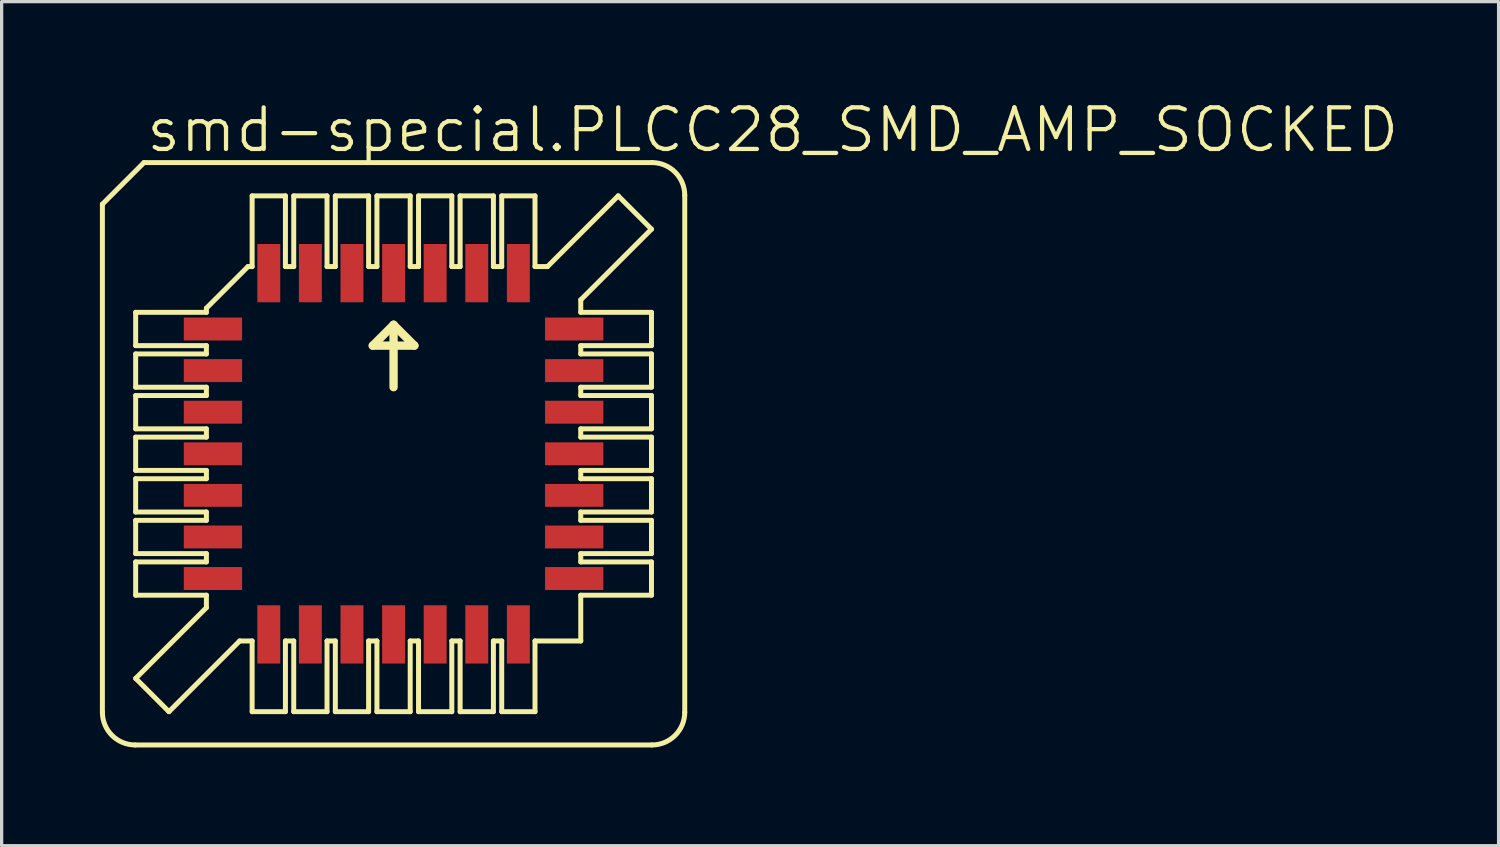
<source format=kicad_pcb>
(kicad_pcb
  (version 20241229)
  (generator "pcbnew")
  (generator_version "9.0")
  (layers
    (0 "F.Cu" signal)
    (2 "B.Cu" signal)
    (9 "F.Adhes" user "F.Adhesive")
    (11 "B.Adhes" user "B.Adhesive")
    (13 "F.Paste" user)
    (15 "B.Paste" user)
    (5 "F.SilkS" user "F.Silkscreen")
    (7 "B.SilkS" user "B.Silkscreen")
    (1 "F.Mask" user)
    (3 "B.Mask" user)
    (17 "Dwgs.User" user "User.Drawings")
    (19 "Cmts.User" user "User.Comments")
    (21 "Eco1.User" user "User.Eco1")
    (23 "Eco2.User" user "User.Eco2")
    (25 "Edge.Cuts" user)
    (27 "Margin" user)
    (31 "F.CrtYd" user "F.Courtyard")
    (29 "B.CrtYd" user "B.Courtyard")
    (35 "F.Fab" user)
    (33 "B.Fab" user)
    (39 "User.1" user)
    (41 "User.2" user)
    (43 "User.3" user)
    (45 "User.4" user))
  (footprint "smd-special.PLCC28_SMD_AMP_SOCKED"
    (layer "F.Cu")
    (at 8.966 10.804)
    (property "Reference" "smd-special.PLCC28_SMD_AMP_SOCKED" (at -7.62 -9.144 0) (layer "F.SilkS") (effects (font (size 1.27 1.27) (thickness 0.13)) (justify left bottom)))
    (attr smd)
    (fp_line (start -8.89 7.89) (end -8.89 -7.62) (stroke (width 0.152) (type default)) (layer "F.SilkS"))
    (fp_line (start -7.89 8.89) (end 7.89 8.89) (stroke (width 0.152) (type default)) (layer "F.SilkS"))
    (fp_line (start -7.874 -3.302) (end -7.874 -4.318) (stroke (width 0.152) (type default)) (layer "F.SilkS"))
    (fp_line (start -7.874 -3.302) (end -5.715 -3.302) (stroke (width 0.152) (type default)) (layer "F.SilkS"))
    (fp_line (start -7.874 -2.032) (end -7.874 -3.048) (stroke (width 0.152) (type default)) (layer "F.SilkS"))
    (fp_line (start -7.874 -2.032) (end -5.715 -2.032) (stroke (width 0.152) (type default)) (layer "F.SilkS"))
    (fp_line (start -7.874 -0.762) (end -7.874 -1.778) (stroke (width 0.152) (type default)) (layer "F.SilkS"))
    (fp_line (start -7.874 -0.762) (end -5.715 -0.762) (stroke (width 0.152) (type default)) (layer "F.SilkS"))
    (fp_line (start -7.874 0.508) (end -7.874 -0.508) (stroke (width 0.152) (type default)) (layer "F.SilkS"))
    (fp_line (start -7.874 0.508) (end -5.715 0.508) (stroke (width 0.152) (type default)) (layer "F.SilkS"))
    (fp_line (start -7.874 1.778) (end -7.874 0.762) (stroke (width 0.152) (type default)) (layer "F.SilkS"))
    (fp_line (start -7.874 1.778) (end -5.715 1.778) (stroke (width 0.152) (type default)) (layer "F.SilkS"))
    (fp_line (start -7.874 3.048) (end -7.874 2.032) (stroke (width 0.152) (type default)) (layer "F.SilkS"))
    (fp_line (start -7.874 3.048) (end -5.715 3.048) (stroke (width 0.152) (type default)) (layer "F.SilkS"))
    (fp_line (start -7.874 4.318) (end -7.874 3.302) (stroke (width 0.152) (type default)) (layer "F.SilkS"))
    (fp_line (start -7.874 4.318) (end -5.715 4.318) (stroke (width 0.152) (type default)) (layer "F.SilkS"))
    (fp_line (start -7.874 6.858) (end -5.715 4.699) (stroke (width 0.152) (type default)) (layer "F.SilkS"))
    (fp_line (start -7.62 -8.89) (end -8.89 -7.62) (stroke (width 0.152) (type default)) (layer "F.SilkS"))
    (fp_line (start -6.858 7.874) (end -7.874 6.858) (stroke (width 0.152) (type default)) (layer "F.SilkS"))
    (fp_line (start -6.858 7.874) (end -4.699 5.715) (stroke (width 0.152) (type default)) (layer "F.SilkS"))
    (fp_line (start -5.715 -4.445) (end -4.445 -5.715) (stroke (width 0.152) (type default)) (layer "F.SilkS"))
    (fp_line (start -5.715 -4.318) (end -7.874 -4.318) (stroke (width 0.152) (type default)) (layer "F.SilkS"))
    (fp_line (start -5.715 -4.318) (end -5.715 -4.445) (stroke (width 0.152) (type default)) (layer "F.SilkS"))
    (fp_line (start -5.715 -3.048) (end -7.874 -3.048) (stroke (width 0.152) (type default)) (layer "F.SilkS"))
    (fp_line (start -5.715 -3.048) (end -5.715 -3.302) (stroke (width 0.152) (type default)) (layer "F.SilkS"))
    (fp_line (start -5.715 -1.778) (end -7.874 -1.778) (stroke (width 0.152) (type default)) (layer "F.SilkS"))
    (fp_line (start -5.715 -1.778) (end -5.715 -2.032) (stroke (width 0.152) (type default)) (layer "F.SilkS"))
    (fp_line (start -5.715 -0.508) (end -7.874 -0.508) (stroke (width 0.152) (type default)) (layer "F.SilkS"))
    (fp_line (start -5.715 -0.508) (end -5.715 -0.762) (stroke (width 0.152) (type default)) (layer "F.SilkS"))
    (fp_line (start -5.715 0.762) (end -7.874 0.762) (stroke (width 0.152) (type default)) (layer "F.SilkS"))
    (fp_line (start -5.715 0.762) (end -5.715 0.508) (stroke (width 0.152) (type default)) (layer "F.SilkS"))
    (fp_line (start -5.715 2.032) (end -7.874 2.032) (stroke (width 0.152) (type default)) (layer "F.SilkS"))
    (fp_line (start -5.715 2.032) (end -5.715 1.778) (stroke (width 0.152) (type default)) (layer "F.SilkS"))
    (fp_line (start -5.715 3.302) (end -7.874 3.302) (stroke (width 0.152) (type default)) (layer "F.SilkS"))
    (fp_line (start -5.715 3.302) (end -5.715 3.048) (stroke (width 0.152) (type default)) (layer "F.SilkS"))
    (fp_line (start -5.715 4.699) (end -5.715 4.318) (stroke (width 0.152) (type default)) (layer "F.SilkS"))
    (fp_line (start -4.699 5.715) (end -4.318 5.715) (stroke (width 0.152) (type default)) (layer "F.SilkS"))
    (fp_line (start -4.318 -5.715) (end -4.445 -5.715) (stroke (width 0.152) (type default)) (layer "F.SilkS"))
    (fp_line (start -4.318 -5.715) (end -4.318 -7.874) (stroke (width 0.152) (type default)) (layer "F.SilkS"))
    (fp_line (start -4.318 7.874) (end -4.318 5.715) (stroke (width 0.152) (type default)) (layer "F.SilkS"))
    (fp_line (start -4.318 7.874) (end -3.302 7.874) (stroke (width 0.152) (type default)) (layer "F.SilkS"))
    (fp_line (start -3.302 -7.874) (end -4.318 -7.874) (stroke (width 0.152) (type default)) (layer "F.SilkS"))
    (fp_line (start -3.302 -7.874) (end -3.302 -5.715) (stroke (width 0.152) (type default)) (layer "F.SilkS"))
    (fp_line (start -3.302 5.715) (end -3.302 7.874) (stroke (width 0.152) (type default)) (layer "F.SilkS"))
    (fp_line (start -3.302 5.715) (end -3.048 5.715) (stroke (width 0.152) (type default)) (layer "F.SilkS"))
    (fp_line (start -3.048 -5.715) (end -3.302 -5.715) (stroke (width 0.152) (type default)) (layer "F.SilkS"))
    (fp_line (start -3.048 -5.715) (end -3.048 -7.874) (stroke (width 0.152) (type default)) (layer "F.SilkS"))
    (fp_line (start -3.048 7.874) (end -3.048 5.715) (stroke (width 0.152) (type default)) (layer "F.SilkS"))
    (fp_line (start -3.048 7.874) (end -2.032 7.874) (stroke (width 0.152) (type default)) (layer "F.SilkS"))
    (fp_line (start -2.032 -7.874) (end -3.048 -7.874) (stroke (width 0.152) (type default)) (layer "F.SilkS"))
    (fp_line (start -2.032 -7.874) (end -2.032 -5.715) (stroke (width 0.152) (type default)) (layer "F.SilkS"))
    (fp_line (start -2.032 5.715) (end -2.032 7.874) (stroke (width 0.152) (type default)) (layer "F.SilkS"))
    (fp_line (start -2.032 5.715) (end -1.778 5.715) (stroke (width 0.152) (type default)) (layer "F.SilkS"))
    (fp_line (start -1.778 -5.715) (end -2.032 -5.715) (stroke (width 0.152) (type default)) (layer "F.SilkS"))
    (fp_line (start -1.778 -5.715) (end -1.778 -7.874) (stroke (width 0.152) (type default)) (layer "F.SilkS"))
    (fp_line (start -1.778 7.874) (end -1.778 5.715) (stroke (width 0.152) (type default)) (layer "F.SilkS"))
    (fp_line (start -1.778 7.874) (end -0.762 7.874) (stroke (width 0.152) (type default)) (layer "F.SilkS"))
    (fp_line (start -0.762 -7.874) (end -1.778 -7.874) (stroke (width 0.152) (type default)) (layer "F.SilkS"))
    (fp_line (start -0.762 -7.874) (end -0.762 -5.715) (stroke (width 0.152) (type default)) (layer "F.SilkS"))
    (fp_line (start -0.762 5.715) (end -0.762 7.874) (stroke (width 0.152) (type default)) (layer "F.SilkS"))
    (fp_line (start -0.762 5.715) (end -0.508 5.715) (stroke (width 0.152) (type default)) (layer "F.SilkS"))
    (fp_line (start -0.635 -3.302) (end 0 -3.937) (stroke (width 0.254) (type default)) (layer "F.SilkS"))
    (fp_line (start -0.508 -5.715) (end -0.762 -5.715) (stroke (width 0.152) (type default)) (layer "F.SilkS"))
    (fp_line (start -0.508 -5.715) (end -0.508 -7.874) (stroke (width 0.152) (type default)) (layer "F.SilkS"))
    (fp_line (start -0.508 7.874) (end -0.508 5.715) (stroke (width 0.152) (type default)) (layer "F.SilkS"))
    (fp_line (start -0.508 7.874) (end 0.508 7.874) (stroke (width 0.152) (type default)) (layer "F.SilkS"))
    (fp_line (start 0 -3.937) (end 0 -2.032) (stroke (width 0.254) (type default)) (layer "F.SilkS"))
    (fp_line (start 0 -3.937) (end 0.635 -3.302) (stroke (width 0.254) (type default)) (layer "F.SilkS"))
    (fp_line (start 0.508 -7.874) (end -0.508 -7.874) (stroke (width 0.152) (type default)) (layer "F.SilkS"))
    (fp_line (start 0.508 -7.874) (end 0.508 -5.715) (stroke (width 0.152) (type default)) (layer "F.SilkS"))
    (fp_line (start 0.508 5.715) (end 0.508 7.874) (stroke (width 0.152) (type default)) (layer "F.SilkS"))
    (fp_line (start 0.508 5.715) (end 0.762 5.715) (stroke (width 0.152) (type default)) (layer "F.SilkS"))
    (fp_line (start 0.635 -3.302) (end -0.635 -3.302) (stroke (width 0.254) (type default)) (layer "F.SilkS"))
    (fp_line (start 0.762 -5.715) (end 0.508 -5.715) (stroke (width 0.152) (type default)) (layer "F.SilkS"))
    (fp_line (start 0.762 -5.715) (end 0.762 -7.874) (stroke (width 0.152) (type default)) (layer "F.SilkS"))
    (fp_line (start 0.762 7.874) (end 0.762 5.715) (stroke (width 0.152) (type default)) (layer "F.SilkS"))
    (fp_line (start 0.762 7.874) (end 1.778 7.874) (stroke (width 0.152) (type default)) (layer "F.SilkS"))
    (fp_line (start 1.778 -7.874) (end 0.762 -7.874) (stroke (width 0.152) (type default)) (layer "F.SilkS"))
    (fp_line (start 1.778 -7.874) (end 1.778 -5.715) (stroke (width 0.152) (type default)) (layer "F.SilkS"))
    (fp_line (start 1.778 5.715) (end 1.778 7.874) (stroke (width 0.152) (type default)) (layer "F.SilkS"))
    (fp_line (start 1.778 5.715) (end 2.032 5.715) (stroke (width 0.152) (type default)) (layer "F.SilkS"))
    (fp_line (start 2.032 -5.715) (end 1.778 -5.715) (stroke (width 0.152) (type default)) (layer "F.SilkS"))
    (fp_line (start 2.032 -5.715) (end 2.032 -7.874) (stroke (width 0.152) (type default)) (layer "F.SilkS"))
    (fp_line (start 2.032 7.874) (end 2.032 5.715) (stroke (width 0.152) (type default)) (layer "F.SilkS"))
    (fp_line (start 2.032 7.874) (end 3.048 7.874) (stroke (width 0.152) (type default)) (layer "F.SilkS"))
    (fp_line (start 3.048 -7.874) (end 2.032 -7.874) (stroke (width 0.152) (type default)) (layer "F.SilkS"))
    (fp_line (start 3.048 -7.874) (end 3.048 -5.715) (stroke (width 0.152) (type default)) (layer "F.SilkS"))
    (fp_line (start 3.048 5.715) (end 3.048 7.874) (stroke (width 0.152) (type default)) (layer "F.SilkS"))
    (fp_line (start 3.048 5.715) (end 3.302 5.715) (stroke (width 0.152) (type default)) (layer "F.SilkS"))
    (fp_line (start 3.302 -5.715) (end 3.048 -5.715) (stroke (width 0.152) (type default)) (layer "F.SilkS"))
    (fp_line (start 3.302 -5.715) (end 3.302 -7.874) (stroke (width 0.152) (type default)) (layer "F.SilkS"))
    (fp_line (start 3.302 7.874) (end 3.302 5.715) (stroke (width 0.152) (type default)) (layer "F.SilkS"))
    (fp_line (start 3.302 7.874) (end 4.318 7.874) (stroke (width 0.152) (type default)) (layer "F.SilkS"))
    (fp_line (start 4.318 -7.874) (end 3.302 -7.874) (stroke (width 0.152) (type default)) (layer "F.SilkS"))
    (fp_line (start 4.318 -7.874) (end 4.318 -5.715) (stroke (width 0.152) (type default)) (layer "F.SilkS"))
    (fp_line (start 4.318 5.715) (end 4.318 7.874) (stroke (width 0.152) (type default)) (layer "F.SilkS"))
    (fp_line (start 4.318 5.715) (end 5.715 5.715) (stroke (width 0.152) (type default)) (layer "F.SilkS"))
    (fp_line (start 4.699 -5.715) (end 4.318 -5.715) (stroke (width 0.152) (type default)) (layer "F.SilkS"))
    (fp_line (start 5.715 -4.699) (end 5.715 -4.318) (stroke (width 0.152) (type default)) (layer "F.SilkS"))
    (fp_line (start 5.715 -3.302) (end 5.715 -3.048) (stroke (width 0.152) (type default)) (layer "F.SilkS"))
    (fp_line (start 5.715 -3.302) (end 7.874 -3.302) (stroke (width 0.152) (type default)) (layer "F.SilkS"))
    (fp_line (start 5.715 -2.032) (end 5.715 -1.778) (stroke (width 0.152) (type default)) (layer "F.SilkS"))
    (fp_line (start 5.715 -2.032) (end 7.874 -2.032) (stroke (width 0.152) (type default)) (layer "F.SilkS"))
    (fp_line (start 5.715 -0.762) (end 5.715 -0.508) (stroke (width 0.152) (type default)) (layer "F.SilkS"))
    (fp_line (start 5.715 -0.762) (end 7.874 -0.762) (stroke (width 0.152) (type default)) (layer "F.SilkS"))
    (fp_line (start 5.715 0.508) (end 5.715 0.762) (stroke (width 0.152) (type default)) (layer "F.SilkS"))
    (fp_line (start 5.715 0.508) (end 7.874 0.508) (stroke (width 0.152) (type default)) (layer "F.SilkS"))
    (fp_line (start 5.715 1.778) (end 5.715 2.032) (stroke (width 0.152) (type default)) (layer "F.SilkS"))
    (fp_line (start 5.715 1.778) (end 7.874 1.778) (stroke (width 0.152) (type default)) (layer "F.SilkS"))
    (fp_line (start 5.715 3.048) (end 5.715 3.302) (stroke (width 0.152) (type default)) (layer "F.SilkS"))
    (fp_line (start 5.715 3.048) (end 7.874 3.048) (stroke (width 0.152) (type default)) (layer "F.SilkS"))
    (fp_line (start 5.715 4.318) (end 5.715 5.715) (stroke (width 0.152) (type default)) (layer "F.SilkS"))
    (fp_line (start 5.715 4.318) (end 7.874 4.318) (stroke (width 0.152) (type default)) (layer "F.SilkS"))
    (fp_line (start 6.858 -7.874) (end 4.699 -5.715) (stroke (width 0.152) (type default)) (layer "F.SilkS"))
    (fp_line (start 7.874 -6.858) (end 5.715 -4.699) (stroke (width 0.152) (type default)) (layer "F.SilkS"))
    (fp_line (start 7.874 -6.858) (end 6.858 -7.874) (stroke (width 0.152) (type default)) (layer "F.SilkS"))
    (fp_line (start 7.874 -4.318) (end 5.715 -4.318) (stroke (width 0.152) (type default)) (layer "F.SilkS"))
    (fp_line (start 7.874 -4.318) (end 7.874 -3.302) (stroke (width 0.152) (type default)) (layer "F.SilkS"))
    (fp_line (start 7.874 -3.048) (end 5.715 -3.048) (stroke (width 0.152) (type default)) (layer "F.SilkS"))
    (fp_line (start 7.874 -3.048) (end 7.874 -2.032) (stroke (width 0.152) (type default)) (layer "F.SilkS"))
    (fp_line (start 7.874 -1.778) (end 5.715 -1.778) (stroke (width 0.152) (type default)) (layer "F.SilkS"))
    (fp_line (start 7.874 -1.778) (end 7.874 -0.762) (stroke (width 0.152) (type default)) (layer "F.SilkS"))
    (fp_line (start 7.874 -0.508) (end 5.715 -0.508) (stroke (width 0.152) (type default)) (layer "F.SilkS"))
    (fp_line (start 7.874 -0.508) (end 7.874 0.508) (stroke (width 0.152) (type default)) (layer "F.SilkS"))
    (fp_line (start 7.874 0.762) (end 5.715 0.762) (stroke (width 0.152) (type default)) (layer "F.SilkS"))
    (fp_line (start 7.874 0.762) (end 7.874 1.778) (stroke (width 0.152) (type default)) (layer "F.SilkS"))
    (fp_line (start 7.874 2.032) (end 5.715 2.032) (stroke (width 0.152) (type default)) (layer "F.SilkS"))
    (fp_line (start 7.874 2.032) (end 7.874 3.048) (stroke (width 0.152) (type default)) (layer "F.SilkS"))
    (fp_line (start 7.874 3.302) (end 5.715 3.302) (stroke (width 0.152) (type default)) (layer "F.SilkS"))
    (fp_line (start 7.874 3.302) (end 7.874 4.318) (stroke (width 0.152) (type default)) (layer "F.SilkS"))
    (fp_line (start 7.89 -8.89) (end -7.62 -8.89) (stroke (width 0.152) (type default)) (layer "F.SilkS"))
    (fp_line (start 8.89 7.89) (end 8.89 -7.89) (stroke (width 0.152) (type default)) (layer "F.SilkS"))
    (fp_arc (start -7.89 8.89) (mid -8.597107 8.597107) (end -8.89 7.89) (stroke (width 0.1524) (type default)) (layer "F.SilkS"))
    (fp_arc (start 7.89 -8.89) (mid 8.597107 -8.597107) (end 8.89 -7.89) (stroke (width 0.1524) (type default)) (layer "F.SilkS"))
    (fp_arc (start 8.89 7.89) (mid 8.597107 8.597107) (end 7.89 8.89) (stroke (width 0.1524) (type default)) (layer "F.SilkS"))
    (pad "1" smd roundrect (at 0 -5.515) (size 0.7 1.78) (layers "F.Cu" "F.Mask" "F.Paste") (roundrect_rratio 0.01))
    (pad "2" smd roundrect (at -1.27 -5.515) (size 0.7 1.78) (layers "F.Cu" "F.Mask" "F.Paste") (roundrect_rratio 0.01))
    (pad "3" smd roundrect (at -2.54 -5.515) (size 0.7 1.78) (layers "F.Cu" "F.Mask" "F.Paste") (roundrect_rratio 0.01))
    (pad "4" smd roundrect (at -3.81 -5.515) (size 0.7 1.78) (layers "F.Cu" "F.Mask" "F.Paste") (roundrect_rratio 0.01))
    (pad "5" smd roundrect (at -5.515 -3.81) (size 1.78 0.7) (layers "F.Cu" "F.Mask" "F.Paste") (roundrect_rratio 0.01))
    (pad "6" smd roundrect (at -5.515 -2.54) (size 1.78 0.7) (layers "F.Cu" "F.Mask" "F.Paste") (roundrect_rratio 0.01))
    (pad "7" smd roundrect (at -5.515 -1.27) (size 1.78 0.7) (layers "F.Cu" "F.Mask" "F.Paste") (roundrect_rratio 0.01))
    (pad "8" smd roundrect (at -5.515 0) (size 1.78 0.7) (layers "F.Cu" "F.Mask" "F.Paste") (roundrect_rratio 0.01))
    (pad "9" smd roundrect (at -5.515 1.27) (size 1.78 0.7) (layers "F.Cu" "F.Mask" "F.Paste") (roundrect_rratio 0.01))
    (pad "10" smd roundrect (at -5.515 2.54) (size 1.78 0.7) (layers "F.Cu" "F.Mask" "F.Paste") (roundrect_rratio 0.01))
    (pad "11" smd roundrect (at -5.515 3.81) (size 1.78 0.7) (layers "F.Cu" "F.Mask" "F.Paste") (roundrect_rratio 0.01))
    (pad "12" smd roundrect (at -3.81 5.515) (size 0.7 1.78) (layers "F.Cu" "F.Mask" "F.Paste") (roundrect_rratio 0.01))
    (pad "13" smd roundrect (at -2.54 5.515) (size 0.7 1.78) (layers "F.Cu" "F.Mask" "F.Paste") (roundrect_rratio 0.01))
    (pad "14" smd roundrect (at -1.27 5.515) (size 0.7 1.78) (layers "F.Cu" "F.Mask" "F.Paste") (roundrect_rratio 0.01))
    (pad "15" smd roundrect (at 0 5.515) (size 0.7 1.78) (layers "F.Cu" "F.Mask" "F.Paste") (roundrect_rratio 0.01))
    (pad "16" smd roundrect (at 1.27 5.515) (size 0.7 1.78) (layers "F.Cu" "F.Mask" "F.Paste") (roundrect_rratio 0.01))
    (pad "17" smd roundrect (at 2.54 5.515) (size 0.7 1.78) (layers "F.Cu" "F.Mask" "F.Paste") (roundrect_rratio 0.01))
    (pad "18" smd roundrect (at 3.81 5.515) (size 0.7 1.78) (layers "F.Cu" "F.Mask" "F.Paste") (roundrect_rratio 0.01))
    (pad "19" smd roundrect (at 5.515 3.81) (size 1.78 0.7) (layers "F.Cu" "F.Mask" "F.Paste") (roundrect_rratio 0.01))
    (pad "20" smd roundrect (at 5.515 2.54) (size 1.78 0.7) (layers "F.Cu" "F.Mask" "F.Paste") (roundrect_rratio 0.01))
    (pad "21" smd roundrect (at 5.515 1.27) (size 1.78 0.7) (layers "F.Cu" "F.Mask" "F.Paste") (roundrect_rratio 0.01))
    (pad "22" smd roundrect (at 5.515 0) (size 1.78 0.7) (layers "F.Cu" "F.Mask" "F.Paste") (roundrect_rratio 0.01))
    (pad "23" smd roundrect (at 5.515 -1.27) (size 1.78 0.7) (layers "F.Cu" "F.Mask" "F.Paste") (roundrect_rratio 0.01))
    (pad "24" smd roundrect (at 5.515 -2.54) (size 1.78 0.7) (layers "F.Cu" "F.Mask" "F.Paste") (roundrect_rratio 0.01))
    (pad "25" smd roundrect (at 5.515 -3.81) (size 1.78 0.7) (layers "F.Cu" "F.Mask" "F.Paste") (roundrect_rratio 0.01))
    (pad "26" smd roundrect (at 3.81 -5.515) (size 0.7 1.78) (layers "F.Cu" "F.Mask" "F.Paste") (roundrect_rratio 0.01))
    (pad "27" smd roundrect (at 2.54 -5.515) (size 0.7 1.78) (layers "F.Cu" "F.Mask" "F.Paste") (roundrect_rratio 0.01))
    (pad "28" smd roundrect (at 1.27 -5.515) (size 0.7 1.78) (layers "F.Cu" "F.Mask" "F.Paste") (roundrect_rratio 0.01)))
  (gr_rect
    (start -3 -3)
    (end 42.703 22.77)
    (stroke (width 0.1) (type default))
    (fill no)
    (layer "Edge.Cuts")))
</source>
